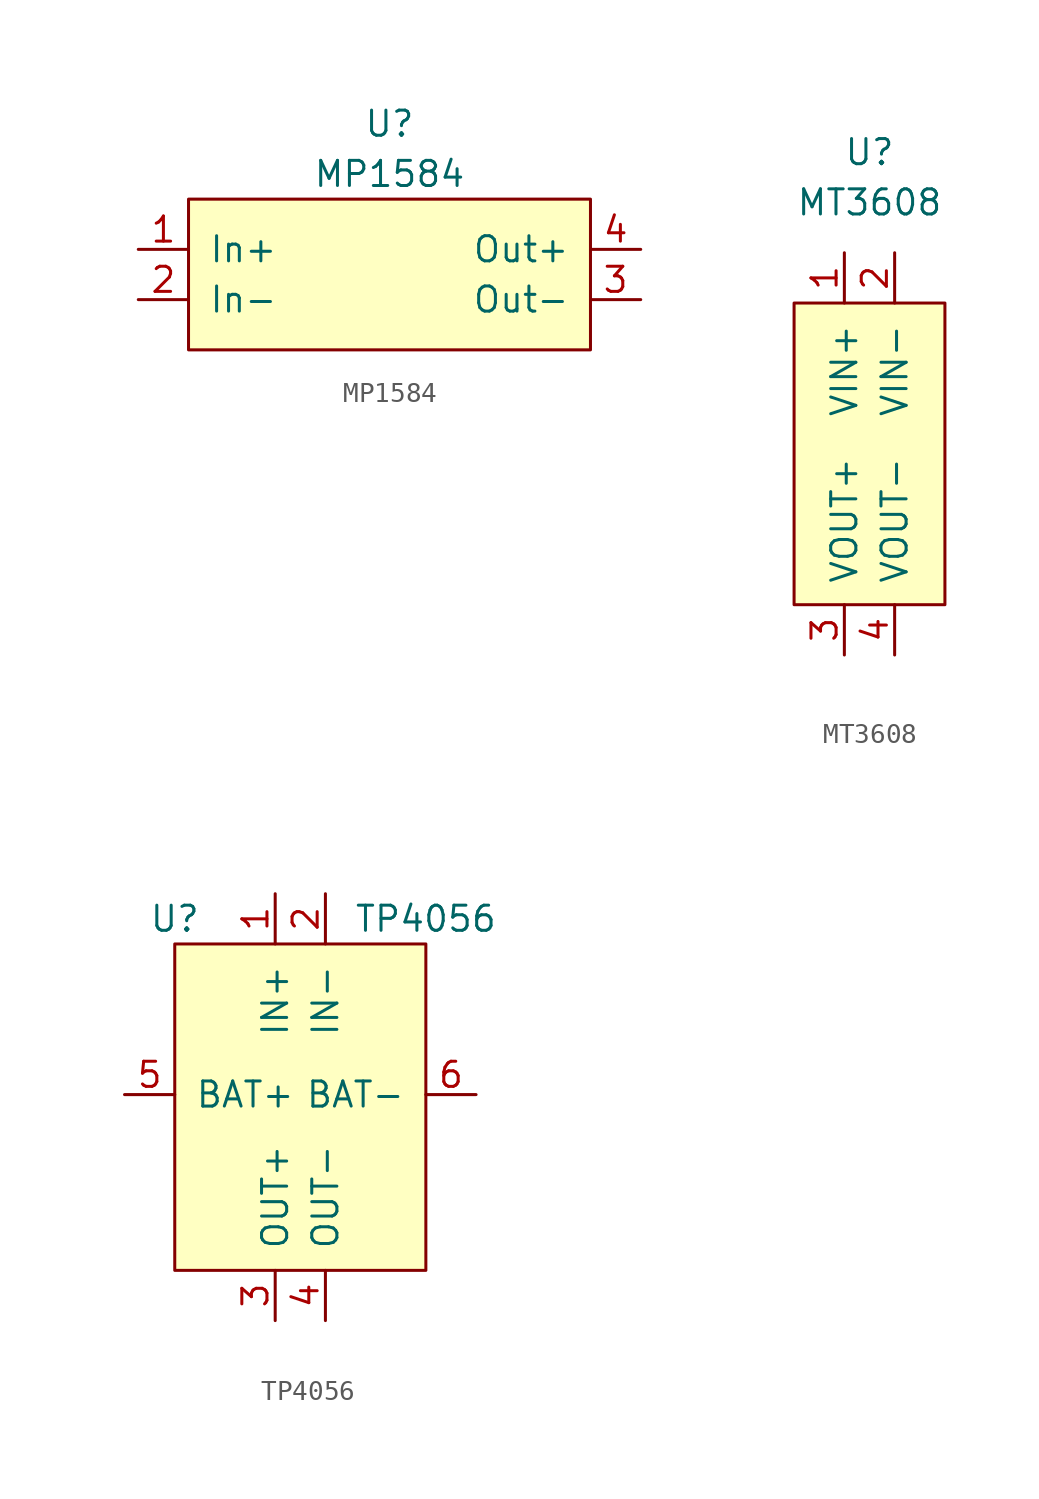
<source format=kicad_sym>
(kicad_symbol_lib
  (version 20211014)
  (generator kicad_symbol_editor)
  (symbol "MP1584"
    (pin_names
      (offset 1.016))
    (property "Reference" "U"
      (at 0 2.54 0)
      (effects (font (size 1.27 1.27))))
    (property "Value" "MP1584"
      (at 0 0 0)
      (effects (font (size 1.27 1.27))))
    (symbol "MP1584_0_1"
      (rectangle (start -10.16 -1.27) (end 10.16 -8.89) (stroke (width 0) (type default) (color 0 0 0 0)) (fill (type background))))
    (symbol "MP1584_1_1"
      (pin input line (at -12.7 -3.81 0) (length 2.54) (name "In+" (effects (font (size 1.27 1.27)))) (number "1" (effects (font (size 1.27 1.27)))))
      (pin input line (at -12.7 -6.35 0) (length 2.54) (name "In-" (effects (font (size 1.27 1.27)))) (number "2" (effects (font (size 1.27 1.27)))))
      (pin output line (at 12.7 -6.35 180) (length 2.54) (name "Out-" (effects (font (size 1.27 1.27)))) (number "3" (effects (font (size 1.27 1.27)))))
      (pin output line (at 12.7 -3.81 180) (length 2.54) (name "Out+" (effects (font (size 1.27 1.27)))) (number "4" (effects (font (size 1.27 1.27)))))))
  (symbol "MT3608"
    (pin_names
      (offset 1.016))
    (property "Reference" "U"
      (at 0 2.54 0)
      (effects (font (size 1.27 1.27))))
    (property "Value" "MT3608"
      (at 0 0 0)
      (effects (font (size 1.27 1.27))))
    (symbol "MT3608_0_1"
      (rectangle (start -3.81 -5.08) (end 3.81 -20.32) (stroke (width 0) (type default) (color 0 0 0 0)) (fill (type background))))
    (symbol "MT3608_1_1"
      (pin input line (at -1.27 -2.54 270) (length 2.54) (name "VIN+" (effects (font (size 1.27 1.27)))) (number "1" (effects (font (size 1.27 1.27)))))
      (pin input line (at 1.27 -2.54 270) (length 2.54) (name "VIN-" (effects (font (size 1.27 1.27)))) (number "2" (effects (font (size 1.27 1.27)))))
      (pin output line (at -1.27 -22.86 90) (length 2.54) (name "VOUT+" (effects (font (size 1.27 1.27)))) (number "3" (effects (font (size 1.27 1.27)))))
      (pin output line (at 1.27 -22.86 90) (length 2.54) (name "VOUT-" (effects (font (size 1.27 1.27)))) (number "4" (effects (font (size 1.27 1.27)))))))
  (symbol "TP4056"
    (pin_names
      (offset 1.016))
    (property "Reference" "U"
      (at -6.35 -3.81 0)
      (effects (font (size 1.27 1.27))))
    (property "Value" "TP4056"
      (at 6.35 -3.81 0)
      (effects (font (size 1.27 1.27))))
    (symbol "TP4056_0_1"
      (rectangle (start -6.35 -5.08) (end 6.35 -21.59) (stroke (width 0) (type default) (color 0 0 0 0)) (fill (type background))))
    (symbol "TP4056_1_1"
      (pin input line (at -1.27 -2.54 270) (length 2.54) (name "IN+" (effects (font (size 1.27 1.27)))) (number "1" (effects (font (size 1.27 1.27)))))
      (pin input line (at 1.27 -2.54 270) (length 2.54) (name "IN-" (effects (font (size 1.27 1.27)))) (number "2" (effects (font (size 1.27 1.27)))))
      (pin output line (at -1.27 -24.13 90) (length 2.54) (name "OUT+" (effects (font (size 1.27 1.27)))) (number "3" (effects (font (size 1.27 1.27)))))
      (pin output line (at 1.27 -24.13 90) (length 2.54) (name "OUT-" (effects (font (size 1.27 1.27)))) (number "4" (effects (font (size 1.27 1.27)))))
      (pin bidirectional line (at -8.89 -12.7 0) (length 2.54) (name "BAT+" (effects (font (size 1.27 1.27)))) (number "5" (effects (font (size 1.27 1.27)))))
      (pin bidirectional line (at 8.89 -12.7 180) (length 2.54) (name "BAT-" (effects (font (size 1.27 1.27)))) (number "6" (effects (font (size 1.27 1.27))))))))
</source>
